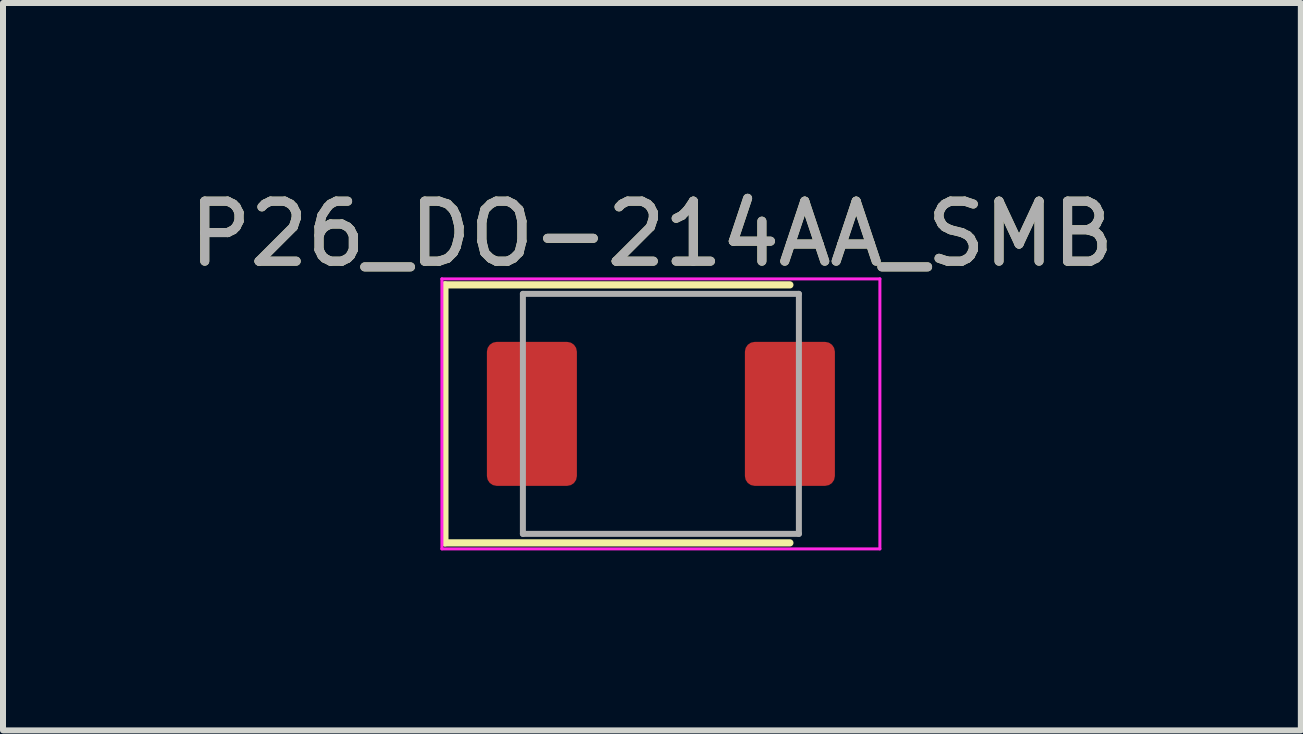
<source format=kicad_pcb>
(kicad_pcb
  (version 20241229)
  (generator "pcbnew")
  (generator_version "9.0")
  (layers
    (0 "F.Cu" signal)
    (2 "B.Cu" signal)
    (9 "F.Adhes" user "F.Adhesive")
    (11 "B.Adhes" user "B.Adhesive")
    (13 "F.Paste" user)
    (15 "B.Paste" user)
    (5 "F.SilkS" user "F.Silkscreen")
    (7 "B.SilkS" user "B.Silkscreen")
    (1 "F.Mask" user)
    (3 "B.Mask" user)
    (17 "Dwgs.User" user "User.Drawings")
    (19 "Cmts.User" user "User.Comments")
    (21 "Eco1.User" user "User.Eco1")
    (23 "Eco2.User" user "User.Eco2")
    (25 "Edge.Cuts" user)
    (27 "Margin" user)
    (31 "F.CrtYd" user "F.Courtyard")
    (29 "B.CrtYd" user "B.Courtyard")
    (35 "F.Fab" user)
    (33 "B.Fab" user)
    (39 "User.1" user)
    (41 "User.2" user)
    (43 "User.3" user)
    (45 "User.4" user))
  (footprint "P26_DO-214AA_SMB"
    (layer "F.Cu")
    (at 5.815 3.848)
    (property "Reference" "P26_DO-214AA_SMB" (at 2 -3 0) (layer "F.SilkS") (effects (font (size 1 1) (thickness 0.15))))
    (attr smd)
    (fp_line (start -1.45 -2.15) (end -1.45 2.15) (stroke (width 0.12) (type solid)) (layer "F.SilkS"))
    (fp_line (start -1.45 -2.15) (end 4.3 -2.15) (stroke (width 0.12) (type solid)) (layer "F.SilkS"))
    (fp_line (start -1.45 2.15) (end 4.3 2.15) (stroke (width 0.12) (type solid)) (layer "F.SilkS"))
    (fp_line (start -1.5 -2.25) (end 5.8 -2.25) (stroke (width 0.05) (type solid)) (layer "F.CrtYd"))
    (fp_line (start -1.5 2.25) (end -1.5 -2.25) (stroke (width 0.05) (type solid)) (layer "F.CrtYd"))
    (fp_line (start 5.8 -2.25) (end 5.8 2.25) (stroke (width 0.05) (type solid)) (layer "F.CrtYd"))
    (fp_line (start 5.8 2.25) (end -1.5 2.25) (stroke (width 0.05) (type solid)) (layer "F.CrtYd"))
    (fp_line (start -0.15 2) (end -0.15 -2) (stroke (width 0.1) (type solid)) (layer "F.Fab"))
    (fp_line (start 4.45 -2) (end -0.15 -2) (stroke (width 0.1) (type solid)) (layer "F.Fab"))
    (fp_line (start 4.45 -2) (end 4.45 2) (stroke (width 0.1) (type solid)) (layer "F.Fab"))
    (fp_line (start 4.45 2) (end -0.15 2) (stroke (width 0.1) (type solid)) (layer "F.Fab"))
    (fp_text user "${REFERENCE}" (at 2 -3 0) (layer "F.Fab") (effects (font (size 1 1) (thickness 0.15))))
    (pad "1" smd roundrect (at 0 0) (size 1.5 2.4) (layers "F.Cu" "F.Mask" "F.Paste") (roundrect_rratio 0.109))
    (pad "2" smd roundrect (at 4.3 0) (size 1.5 2.4) (layers "F.Cu" "F.Mask" "F.Paste") (roundrect_rratio 0.109)))
  (gr_rect
    (start -3 -3)
    (end 18.631 9.123)
    (stroke (width 0.1) (type default))
    (fill no)
    (layer "Edge.Cuts")))
</source>
